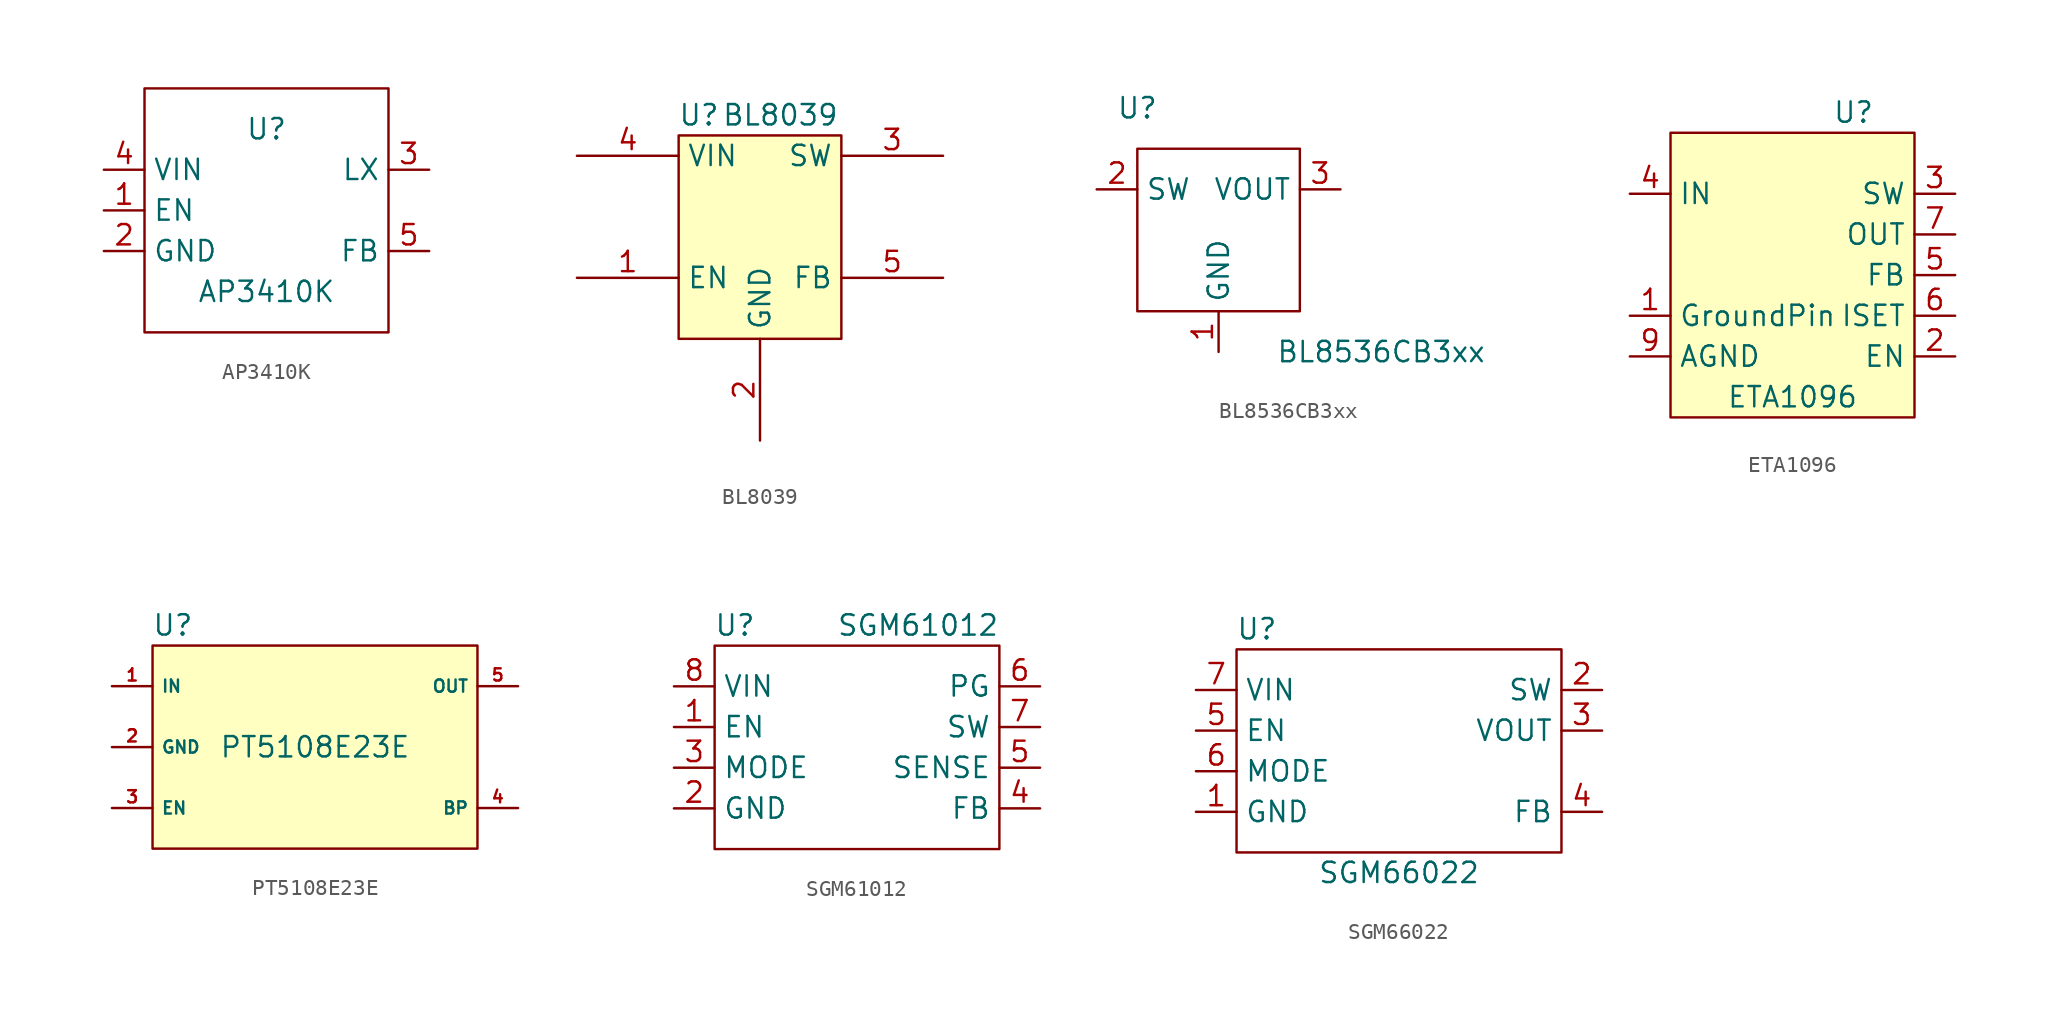
<source format=kicad_sym>
(kicad_symbol_lib
  (version 20231120)
  (generator "kicad_symbol_editor")
  (generator_version "8.0")
  (symbol "AP3410K"
    (property "Reference" "U"
      (at 0 5.08 0)
      (effects (font (size 1.27 1.27))))
    (property "Value" "AP3410K"
      (at 0 -5.08 0)
      (effects (font (size 1.27 1.27))))
    (symbol "AP3410K_0_1"
      (rectangle (start -7.62 7.62) (end 7.62 -7.62) (stroke (width 0) (type default)) (fill (type none))))
    (symbol "AP3410K_1_1"
      (pin input line (at -10.16 0 0) (length 2.54) (name "EN" (effects (font (size 1.27 1.27)))) (number "1" (effects (font (size 1.27 1.27)))))
      (pin power_in line (at -10.16 -2.54 0) (length 2.54) (name "GND" (effects (font (size 1.27 1.27)))) (number "2" (effects (font (size 1.27 1.27)))))
      (pin power_out line (at 10.16 2.54 180) (length 2.54) (name "LX" (effects (font (size 1.27 1.27)))) (number "3" (effects (font (size 1.27 1.27)))))
      (pin power_in line (at -10.16 2.54 0) (length 2.54) (name "VIN" (effects (font (size 1.27 1.27)))) (number "4" (effects (font (size 1.27 1.27)))))
      (pin input line (at 10.16 -2.54 180) (length 2.54) (name "FB" (effects (font (size 1.27 1.27)))) (number "5" (effects (font (size 1.27 1.27)))))))
  (symbol "BL8039"
    (property "Reference" "U"
      (at -1.27 3.81 0)
      (effects (font (size 1.27 1.27))))
    (property "Value" "BL8039"
      (at 3.81 3.81 0)
      (effects (font (size 1.27 1.27))))
    (symbol "BL8039_1_1"
      (rectangle (start -2.54 2.54) (end 7.62 -10.16) (stroke (width 0) (type default)) (fill (type background)))
      (pin input line (at -8.89 -6.35 0) (length 6.35) (name "EN" (effects (font (size 1.27 1.27)))) (number "1" (effects (font (size 1.27 1.27)))))
      (pin power_in line (at 2.54 -16.51 90) (length 6.35) (name "GND" (effects (font (size 1.27 1.27)))) (number "2" (effects (font (size 1.27 1.27)))))
      (pin power_out line (at 13.97 1.27 180) (length 6.35) (name "SW" (effects (font (size 1.27 1.27)))) (number "3" (effects (font (size 1.27 1.27)))))
      (pin power_in line (at -8.89 1.27 0) (length 6.35) (name "VIN" (effects (font (size 1.27 1.27)))) (number "4" (effects (font (size 1.27 1.27)))))
      (pin input line (at 13.97 -6.35 180) (length 6.35) (name "FB" (effects (font (size 1.27 1.27)))) (number "5" (effects (font (size 1.27 1.27)))))))
  (symbol "BL8536CB3xx"
    (property "Reference" "U"
      (at -5.08 7.62 0)
      (effects (font (size 1.27 1.27))))
    (property "Value" "BL8536CB3xx"
      (at 10.16 -7.62 0)
      (effects (font (size 1.27 1.27))))
    (symbol "BL8536CB3xx_0_1"
      (rectangle (start -5.08 5.08) (end 5.08 -5.08) (stroke (width 0) (type default)) (fill (type none))))
    (symbol "BL8536CB3xx_1_1"
      (pin power_in line (at 0 -7.62 90) (length 2.54) (name "GND" (effects (font (size 1.27 1.27)))) (number "1" (effects (font (size 1.27 1.27)))))
      (pin input line (at -7.62 2.54 0) (length 2.54) (name "SW" (effects (font (size 1.27 1.27)))) (number "2" (effects (font (size 1.27 1.27)))))
      (pin power_out line (at 7.62 2.54 180) (length 2.54) (name "VOUT" (effects (font (size 1.27 1.27)))) (number "3" (effects (font (size 1.27 1.27)))))))
  (symbol "ETA1096"
    (property "Reference" "U"
      (at 3.81 10.16 0)
      (effects (font (size 1.27 1.27))))
    (property "Value" "ETA1096"
      (at 0 -7.62 0)
      (effects (font (size 1.27 1.27))))
    (symbol "ETA1096_1_1"
      (rectangle (start -7.62 8.89) (end 7.62 -8.89) (stroke (width 0) (type default)) (fill (type background)))
      (pin power_out line (at -10.16 -2.54 0) (length 2.54) (name "GroundPin" (effects (font (size 1.27 1.27)))) (number "1" (effects (font (size 1.27 1.27)))))
      (pin input line (at 10.16 -5.08 180) (length 2.54) (name "EN" (effects (font (size 1.27 1.27)))) (number "2" (effects (font (size 1.27 1.27)))))
      (pin passive line (at 10.16 5.08 180) (length 2.54) (name "SW" (effects (font (size 1.27 1.27)))) (number "3" (effects (font (size 1.27 1.27)))))
      (pin power_in line (at -10.16 5.08 0) (length 2.54) (name "IN" (effects (font (size 1.27 1.27)))) (number "4" (effects (font (size 1.27 1.27)))))
      (pin passive line (at 10.16 0 180) (length 2.54) (name "FB" (effects (font (size 1.27 1.27)))) (number "5" (effects (font (size 1.27 1.27)))))
      (pin passive line (at 10.16 -2.54 180) (length 2.54) (name "ISET" (effects (font (size 1.27 1.27)))) (number "6" (effects (font (size 1.27 1.27)))))
      (pin power_out line (at 10.16 2.54 180) (length 2.54) (name "OUT" (effects (font (size 1.27 1.27)))) (number "7" (effects (font (size 1.27 1.27)))))
      (pin power_out line (at -10.16 -2.54 0) (length 2.54) hide (name "GroundPin" (effects (font (size 1.27 1.27)))) (number "8" (effects (font (size 1.27 1.27)))))
      (pin power_out line (at -10.16 -5.08 0) (length 2.54) (name "AGND" (effects (font (size 1.27 1.27)))) (number "9" (effects (font (size 1.27 1.27)))))))
  (symbol "PT5108E23E"
    (property "Reference" "U"
      (at -8.89 7.62 0)
      (effects (font (size 1.27 1.27))))
    (property "Value" "PT5108E23E"
      (at 0 0 0)
      (effects (font (size 1.27 1.27))))
    (symbol "PT5108E23E_1_1"
      (rectangle (start -10.16 6.35) (end 10.16 -6.35) (stroke (width 0) (type default)) (fill (type background)))
      (pin power_in line (at -12.7 3.81 0) (length 2.54) (name "IN" (effects (font (size 0.762 0.762)))) (number "1" (effects (font (size 0.762 0.762)))))
      (pin power_in line (at -12.7 0 0) (length 2.54) (name "GND" (effects (font (size 0.762 0.762)))) (number "2" (effects (font (size 0.762 0.762)))))
      (pin input line (at -12.7 -3.81 0) (length 2.54) (name "EN" (effects (font (size 0.762 0.762)))) (number "3" (effects (font (size 0.762 0.762)))))
      (pin power_out line (at 12.7 -3.81 180) (length 2.54) (name "BP" (effects (font (size 0.762 0.762)))) (number "4" (effects (font (size 0.762 0.762)))))
      (pin power_out line (at 12.7 3.81 180) (length 2.54) (name "OUT" (effects (font (size 0.762 0.762)))) (number "5" (effects (font (size 0.762 0.762)))))))
  (symbol "SGM61012"
    (property "Reference" "U"
      (at -7.62 7.62 0)
      (effects (font (size 1.27 1.27))))
    (property "Value" "SGM61012"
      (at 3.81 7.62 0)
      (effects (font (size 1.27 1.27))))
    (symbol "SGM61012_0_1"
      (rectangle (start -8.89 6.35) (end 8.89 -6.35) (stroke (width 0) (type default)) (fill (type none))))
    (symbol "SGM61012_1_1"
      (pin input line (at -11.43 1.27 0) (length 2.54) (name "EN" (effects (font (size 1.27 1.27)))) (number "1" (effects (font (size 1.27 1.27)))))
      (pin power_in line (at -11.43 -3.81 0) (length 2.54) (name "GND" (effects (font (size 1.27 1.27)))) (number "2" (effects (font (size 1.27 1.27)))))
      (pin input line (at -11.43 -1.27 0) (length 2.54) (name "MODE" (effects (font (size 1.27 1.27)))) (number "3" (effects (font (size 1.27 1.27)))))
      (pin passive line (at 11.43 -3.81 180) (length 2.54) (name "FB" (effects (font (size 1.27 1.27)))) (number "4" (effects (font (size 1.27 1.27)))))
      (pin passive line (at 11.43 -1.27 180) (length 2.54) (name "SENSE" (effects (font (size 1.27 1.27)))) (number "5" (effects (font (size 1.27 1.27)))))
      (pin output line (at 11.43 3.81 180) (length 2.54) (name "PG" (effects (font (size 1.27 1.27)))) (number "6" (effects (font (size 1.27 1.27)))))
      (pin power_out line (at 11.43 1.27 180) (length 2.54) (name "SW" (effects (font (size 1.27 1.27)))) (number "7" (effects (font (size 1.27 1.27)))))
      (pin power_in line (at -11.43 3.81 0) (length 2.54) (name "VIN" (effects (font (size 1.27 1.27)))) (number "8" (effects (font (size 1.27 1.27)))))
      (pin power_in line (at -11.43 -3.81 0) (length 2.54) hide (name "GND" (effects (font (size 1.27 1.27)))) (number "9" (effects (font (size 1.27 1.27)))))))
  (symbol "SGM66022"
    (property "Reference" "U"
      (at -8.89 6.35 0)
      (effects (font (size 1.27 1.27))))
    (property "Value" "SGM66022"
      (at 0 -8.89 0)
      (effects (font (size 1.27 1.27))))
    (symbol "SGM66022_0_1"
      (rectangle (start -10.16 5.08) (end 10.16 -7.62) (stroke (width 0) (type default)) (fill (type none))))
    (symbol "SGM66022_1_1"
      (pin power_in line (at -12.7 -5.08 0) (length 2.54) (name "GND" (effects (font (size 1.27 1.27)))) (number "1" (effects (font (size 1.27 1.27)))))
      (pin passive line (at 12.7 2.54 180) (length 2.54) (name "SW" (effects (font (size 1.27 1.27)))) (number "2" (effects (font (size 1.27 1.27)))))
      (pin power_out line (at 12.7 0 180) (length 2.54) (name "VOUT" (effects (font (size 1.27 1.27)))) (number "3" (effects (font (size 1.27 1.27)))))
      (pin passive line (at 12.7 -5.08 180) (length 2.54) (name "FB" (effects (font (size 1.27 1.27)))) (number "4" (effects (font (size 1.27 1.27)))))
      (pin input line (at -12.7 0 0) (length 2.54) (name "EN" (effects (font (size 1.27 1.27)))) (number "5" (effects (font (size 1.27 1.27)))))
      (pin input line (at -12.7 -2.54 0) (length 2.54) (name "MODE" (effects (font (size 1.27 1.27)))) (number "6" (effects (font (size 1.27 1.27)))))
      (pin power_in line (at -12.7 2.54 0) (length 2.54) (name "VIN" (effects (font (size 1.27 1.27)))) (number "7" (effects (font (size 1.27 1.27))))))))
</source>
